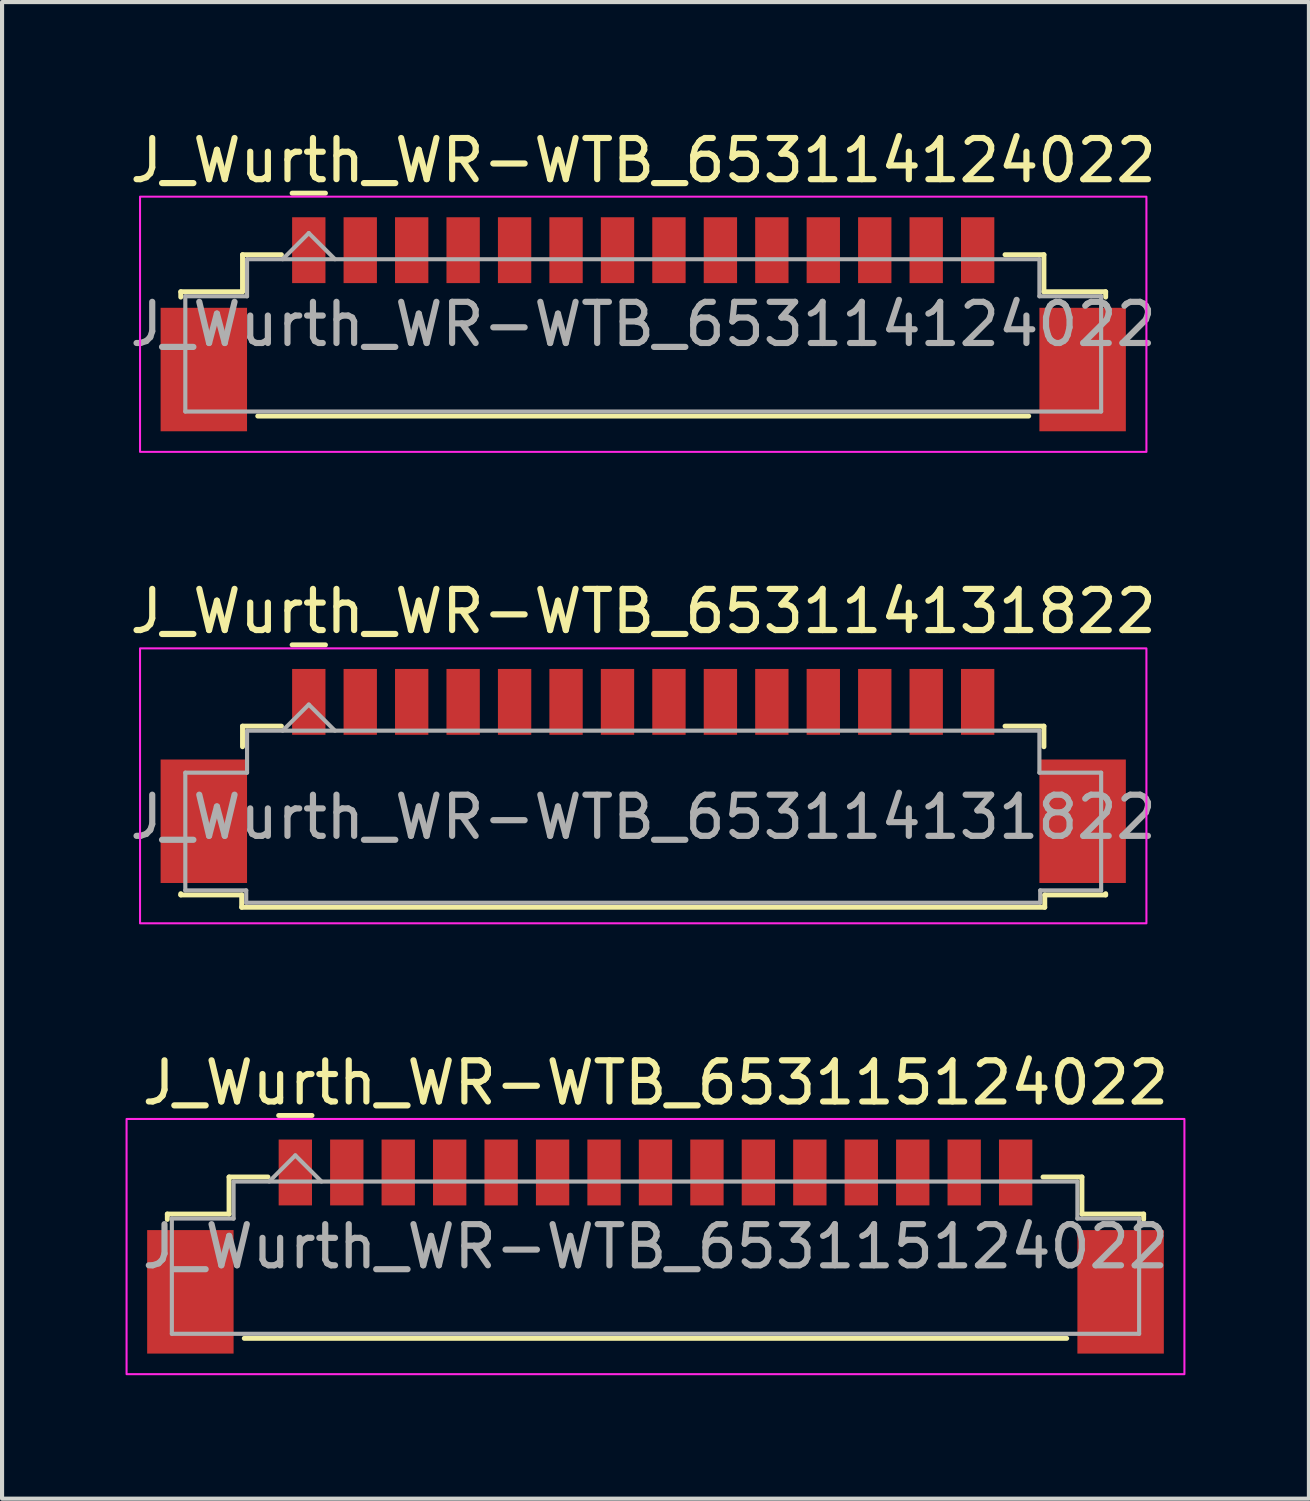
<source format=kicad_pcb>
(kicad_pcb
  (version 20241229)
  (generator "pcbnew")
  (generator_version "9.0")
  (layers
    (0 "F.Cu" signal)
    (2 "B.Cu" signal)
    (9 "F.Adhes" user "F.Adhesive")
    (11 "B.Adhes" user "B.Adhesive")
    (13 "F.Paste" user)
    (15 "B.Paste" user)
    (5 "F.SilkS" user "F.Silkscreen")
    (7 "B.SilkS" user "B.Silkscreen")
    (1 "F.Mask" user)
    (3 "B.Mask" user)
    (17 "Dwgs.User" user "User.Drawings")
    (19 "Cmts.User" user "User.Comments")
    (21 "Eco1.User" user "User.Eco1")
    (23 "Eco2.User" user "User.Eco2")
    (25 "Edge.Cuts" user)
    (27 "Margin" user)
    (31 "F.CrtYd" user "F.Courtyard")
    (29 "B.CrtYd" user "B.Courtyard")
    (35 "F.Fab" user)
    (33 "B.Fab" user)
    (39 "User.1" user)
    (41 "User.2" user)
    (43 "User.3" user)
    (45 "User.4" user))
  (footprint "J_Wurth_WR-WTB_653114131822"
    (layer "F.Cu")
    (at 12.577 16.802)
    (property "Reference" "J_Wurth_WR-WTB_653114131822" (at 0 -5 0) (unlocked yes) (layer "F.SilkS") (effects (font (size 1 1) (thickness 0.15))))
    (attr smd)
    (fp_line (start -11.235 1.86) (end -11.235 1.89) (stroke (width 0.12) (type solid)) (layer "F.SilkS"))
    (fp_line (start -11.235 1.89) (end -9.755 1.89) (stroke (width 0.12) (type default)) (layer "F.SilkS"))
    (fp_line (start -9.755 1.89) (end -9.755 2.19) (stroke (width 0.12) (type default)) (layer "F.SilkS"))
    (fp_line (start -9.755 2.19) (end 9.755 2.19) (stroke (width 0.12) (type default)) (layer "F.SilkS"))
    (fp_line (start -9.735 -2.21) (end -9.735 -1.71) (stroke (width 0.12) (type default)) (layer "F.SilkS"))
    (fp_line (start -8.79 -2.21) (end -9.735 -2.21) (stroke (width 0.12) (type solid)) (layer "F.SilkS"))
    (fp_line (start -8.53 -4.185) (end -7.72 -4.185) (stroke (width 0.12) (type solid)) (layer "F.SilkS"))
    (fp_line (start 8.79 -2.21) (end 9.735 -2.21) (stroke (width 0.12) (type solid)) (layer "F.SilkS"))
    (fp_line (start 9.735 -2.21) (end 9.735 -1.71) (stroke (width 0.12) (type default)) (layer "F.SilkS"))
    (fp_line (start 9.755 1.89) (end 11.235 1.89) (stroke (width 0.12) (type default)) (layer "F.SilkS"))
    (fp_line (start 9.755 2.19) (end 9.755 1.89) (stroke (width 0.12) (type default)) (layer "F.SilkS"))
    (fp_line (start 11.235 1.89) (end 11.235 1.86) (stroke (width 0.12) (type solid)) (layer "F.SilkS"))
    (fp_rect (start -12.225 -4.1) (end 12.225 2.58) (stroke (width 0.05) (type solid)) (fill no) (layer "F.CrtYd"))
    (fp_line (start -11.125 -1.08) (end -9.625 -1.08) (stroke (width 0.1) (type default)) (layer "F.Fab"))
    (fp_line (start -11.125 1.78) (end -11.125 -1.08) (stroke (width 0.1) (type solid)) (layer "F.Fab"))
    (fp_line (start -11.125 1.78) (end -9.645 1.78) (stroke (width 0.1) (type solid)) (layer "F.Fab"))
    (fp_line (start -9.645 1.78) (end -9.645 2.08) (stroke (width 0.1) (type solid)) (layer "F.Fab"))
    (fp_line (start -9.645 2.08) (end 9.645 2.08) (stroke (width 0.1) (type default)) (layer "F.Fab"))
    (fp_line (start -9.625 -2.1) (end -9.625 -1.08) (stroke (width 0.1) (type solid)) (layer "F.Fab"))
    (fp_line (start -9.625 -2.1) (end 9.625 -2.1) (stroke (width 0.1) (type solid)) (layer "F.Fab"))
    (fp_line (start -8.125 -2.735) (end -8.76 -2.1) (stroke (width 0.1) (type default)) (layer "F.Fab"))
    (fp_line (start -7.49 -2.1) (end -8.125 -2.735) (stroke (width 0.1) (type default)) (layer "F.Fab"))
    (fp_line (start 9.625 -2.1) (end 9.625 -1.08) (stroke (width 0.1) (type solid)) (layer "F.Fab"))
    (fp_line (start 9.645 1.78) (end 9.645 2.08) (stroke (width 0.1) (type solid)) (layer "F.Fab"))
    (fp_line (start 11.125 -1.08) (end 9.625 -1.08) (stroke (width 0.1) (type default)) (layer "F.Fab"))
    (fp_line (start 11.125 1.78) (end 9.645 1.78) (stroke (width 0.1) (type solid)) (layer "F.Fab"))
    (fp_line (start 11.125 1.78) (end 11.125 -1.08) (stroke (width 0.1) (type solid)) (layer "F.Fab"))
    (fp_text user "${REFERENCE}" (at 0 0 0) (unlocked yes) (layer "F.Fab") (effects (font (size 1 1) (thickness 0.15))))
    (pad "1" smd rect (at -8.125 -2.8) (size 0.81 1.6) (layers "F.Cu" "F.Mask" "F.Paste"))
    (pad "2" smd rect (at -6.875 -2.8) (size 0.81 1.6) (layers "F.Cu" "F.Mask" "F.Paste"))
    (pad "3" smd rect (at -5.625 -2.8) (size 0.81 1.6) (layers "F.Cu" "F.Mask" "F.Paste"))
    (pad "4" smd rect (at -4.375 -2.8) (size 0.81 1.6) (layers "F.Cu" "F.Mask" "F.Paste"))
    (pad "5" smd rect (at -3.125 -2.8) (size 0.81 1.6) (layers "F.Cu" "F.Mask" "F.Paste"))
    (pad "6" smd rect (at -1.875 -2.8) (size 0.81 1.6) (layers "F.Cu" "F.Mask" "F.Paste"))
    (pad "7" smd rect (at -0.625 -2.8) (size 0.81 1.6) (layers "F.Cu" "F.Mask" "F.Paste"))
    (pad "8" smd rect (at 0.625 -2.8) (size 0.81 1.6) (layers "F.Cu" "F.Mask" "F.Paste"))
    (pad "9" smd rect (at 1.875 -2.8) (size 0.81 1.6) (layers "F.Cu" "F.Mask" "F.Paste"))
    (pad "10" smd rect (at 3.125 -2.8) (size 0.81 1.6) (layers "F.Cu" "F.Mask" "F.Paste"))
    (pad "11" smd rect (at 4.375 -2.8) (size 0.81 1.6) (layers "F.Cu" "F.Mask" "F.Paste"))
    (pad "12" smd rect (at 5.625 -2.8) (size 0.81 1.6) (layers "F.Cu" "F.Mask" "F.Paste"))
    (pad "13" smd rect (at 6.875 -2.8) (size 0.81 1.6) (layers "F.Cu" "F.Mask" "F.Paste"))
    (pad "14" smd rect (at 8.125 -2.8) (size 0.81 1.6) (layers "F.Cu" "F.Mask" "F.Paste"))
    (pad "MP1" smd rect (at -10.675 0.1) (size 2.1 3) (layers "F.Cu" "F.Mask" "F.Paste"))
    (pad "MP2" smd rect (at 10.675 0.1) (size 2.1 3) (layers "F.Cu" "F.Mask" "F.Paste")))
  (footprint "J_Wurth_WR-WTB_653114124022"
    (layer "F.Cu")
    (at 12.577 5.098)
    (property "Reference" "J_Wurth_WR-WTB_653114124022" (at 0 -4.25 0) (unlocked yes) (layer "F.SilkS") (effects (font (size 1 1) (thickness 0.15))))
    (attr smd)
    (fp_line (start -11.235 -1.06) (end -11.235 -0.93) (stroke (width 0.12) (type solid)) (layer "F.SilkS"))
    (fp_line (start -9.735 -1.96) (end -9.735 -1.06) (stroke (width 0.12) (type solid)) (layer "F.SilkS"))
    (fp_line (start -9.735 -1.06) (end -11.235 -1.06) (stroke (width 0.12) (type solid)) (layer "F.SilkS"))
    (fp_line (start -9.365 1.96) (end 9.365 1.96) (stroke (width 0.12) (type solid)) (layer "F.SilkS"))
    (fp_line (start -8.79 -1.96) (end -9.735 -1.96) (stroke (width 0.12) (type solid)) (layer "F.SilkS"))
    (fp_line (start -8.53 -3.455) (end -7.72 -3.455) (stroke (width 0.12) (type solid)) (layer "F.SilkS"))
    (fp_line (start 9.735 -1.96) (end 8.79 -1.96) (stroke (width 0.12) (type solid)) (layer "F.SilkS"))
    (fp_line (start 9.735 -1.06) (end 9.735 -1.96) (stroke (width 0.12) (type solid)) (layer "F.SilkS"))
    (fp_line (start 11.235 -1.06) (end 9.735 -1.06) (stroke (width 0.12) (type solid)) (layer "F.SilkS"))
    (fp_line (start 11.235 -1.06) (end 11.235 -0.93) (stroke (width 0.12) (type solid)) (layer "F.SilkS"))
    (fp_rect (start -12.225 -3.37) (end 12.225 2.83) (stroke (width 0.05) (type solid)) (fill no) (layer "F.CrtYd"))
    (fp_line (start -11.125 -0.95) (end -9.625 -0.95) (stroke (width 0.1) (type solid)) (layer "F.Fab"))
    (fp_line (start -11.125 1.85) (end -11.125 -0.95) (stroke (width 0.1) (type solid)) (layer "F.Fab"))
    (fp_line (start -9.625 -1.85) (end 9.625 -1.85) (stroke (width 0.1) (type solid)) (layer "F.Fab"))
    (fp_line (start -9.625 -0.95) (end -9.625 -1.85) (stroke (width 0.1) (type solid)) (layer "F.Fab"))
    (fp_line (start -8.125 -2.485) (end -8.76 -1.85) (stroke (width 0.1) (type default)) (layer "F.Fab"))
    (fp_line (start -7.49 -1.85) (end -8.125 -2.485) (stroke (width 0.1) (type default)) (layer "F.Fab"))
    (fp_line (start 9.625 -0.95) (end 9.625 -1.85) (stroke (width 0.1) (type solid)) (layer "F.Fab"))
    (fp_line (start 11.125 -0.95) (end 9.625 -0.95) (stroke (width 0.1) (type solid)) (layer "F.Fab"))
    (fp_line (start 11.125 1.85) (end -11.125 1.85) (stroke (width 0.1) (type solid)) (layer "F.Fab"))
    (fp_line (start 11.125 1.85) (end 11.125 -0.95) (stroke (width 0.1) (type solid)) (layer "F.Fab"))
    (fp_text user "${REFERENCE}" (at 0 -0.27 0) (unlocked yes) (layer "F.Fab") (effects (font (size 1 1) (thickness 0.15))))
    (pad "1" smd rect (at -8.125 -2.07) (size 0.81 1.6) (layers "F.Cu" "F.Mask" "F.Paste"))
    (pad "2" smd rect (at -6.875 -2.07) (size 0.81 1.6) (layers "F.Cu" "F.Mask" "F.Paste"))
    (pad "3" smd rect (at -5.625 -2.07) (size 0.81 1.6) (layers "F.Cu" "F.Mask" "F.Paste"))
    (pad "4" smd rect (at -4.375 -2.07) (size 0.81 1.6) (layers "F.Cu" "F.Mask" "F.Paste"))
    (pad "5" smd rect (at -3.125 -2.07) (size 0.81 1.6) (layers "F.Cu" "F.Mask" "F.Paste"))
    (pad "6" smd rect (at -1.875 -2.07) (size 0.81 1.6) (layers "F.Cu" "F.Mask" "F.Paste"))
    (pad "7" smd rect (at -0.625 -2.07) (size 0.81 1.6) (layers "F.Cu" "F.Mask" "F.Paste"))
    (pad "8" smd rect (at 0.625 -2.07) (size 0.81 1.6) (layers "F.Cu" "F.Mask" "F.Paste"))
    (pad "9" smd rect (at 1.875 -2.07) (size 0.81 1.6) (layers "F.Cu" "F.Mask" "F.Paste"))
    (pad "10" smd rect (at 3.125 -2.07) (size 0.81 1.6) (layers "F.Cu" "F.Mask" "F.Paste"))
    (pad "11" smd rect (at 4.375 -2.07) (size 0.81 1.6) (layers "F.Cu" "F.Mask" "F.Paste"))
    (pad "12" smd rect (at 5.625 -2.07) (size 0.81 1.6) (layers "F.Cu" "F.Mask" "F.Paste"))
    (pad "13" smd rect (at 6.875 -2.07) (size 0.81 1.6) (layers "F.Cu" "F.Mask" "F.Paste"))
    (pad "14" smd rect (at 8.125 -2.07) (size 0.81 1.6) (layers "F.Cu" "F.Mask" "F.Paste"))
    (pad "MP1" smd rect (at -10.675 0.83) (size 2.1 3) (layers "F.Cu" "F.Mask" "F.Paste"))
    (pad "MP2" smd rect (at 10.675 0.83) (size 2.1 3) (layers "F.Cu" "F.Mask" "F.Paste")))
  (footprint "J_Wurth_WR-WTB_653115124022"
    (layer "F.Cu")
    (at 12.875 27.505)
    (property "Reference" "J_Wurth_WR-WTB_653115124022" (at 0 -4.25 0) (unlocked yes) (layer "F.SilkS") (effects (font (size 1 1) (thickness 0.15))))
    (attr smd)
    (fp_line (start -11.86 -1.06) (end -11.86 -0.93) (stroke (width 0.12) (type solid)) (layer "F.SilkS"))
    (fp_line (start -10.36 -1.96) (end -10.36 -1.06) (stroke (width 0.12) (type solid)) (layer "F.SilkS"))
    (fp_line (start -10.36 -1.06) (end -11.86 -1.06) (stroke (width 0.12) (type solid)) (layer "F.SilkS"))
    (fp_line (start -9.99 1.96) (end 9.99 1.96) (stroke (width 0.12) (type solid)) (layer "F.SilkS"))
    (fp_line (start -9.415 -1.96) (end -10.36 -1.96) (stroke (width 0.12) (type solid)) (layer "F.SilkS"))
    (fp_line (start -9.155 -3.455) (end -8.345 -3.455) (stroke (width 0.12) (type solid)) (layer "F.SilkS"))
    (fp_line (start 10.36 -1.96) (end 9.415 -1.96) (stroke (width 0.12) (type solid)) (layer "F.SilkS"))
    (fp_line (start 10.36 -1.06) (end 10.36 -1.96) (stroke (width 0.12) (type solid)) (layer "F.SilkS"))
    (fp_line (start 11.86 -1.06) (end 10.36 -1.06) (stroke (width 0.12) (type solid)) (layer "F.SilkS"))
    (fp_line (start 11.86 -1.06) (end 11.86 -0.93) (stroke (width 0.12) (type solid)) (layer "F.SilkS"))
    (fp_rect (start -12.85 -3.37) (end 12.85 2.83) (stroke (width 0.05) (type solid)) (fill no) (layer "F.CrtYd"))
    (fp_line (start -11.75 -0.95) (end -10.25 -0.95) (stroke (width 0.1) (type solid)) (layer "F.Fab"))
    (fp_line (start -11.75 1.85) (end -11.75 -0.95) (stroke (width 0.1) (type solid)) (layer "F.Fab"))
    (fp_line (start -10.25 -1.85) (end 10.25 -1.85) (stroke (width 0.1) (type solid)) (layer "F.Fab"))
    (fp_line (start -10.25 -0.95) (end -10.25 -1.85) (stroke (width 0.1) (type solid)) (layer "F.Fab"))
    (fp_line (start -8.75 -2.485) (end -9.385 -1.85) (stroke (width 0.1) (type default)) (layer "F.Fab"))
    (fp_line (start -8.115 -1.85) (end -8.75 -2.485) (stroke (width 0.1) (type default)) (layer "F.Fab"))
    (fp_line (start 10.25 -0.95) (end 10.25 -1.85) (stroke (width 0.1) (type solid)) (layer "F.Fab"))
    (fp_line (start 11.75 -0.95) (end 10.25 -0.95) (stroke (width 0.1) (type solid)) (layer "F.Fab"))
    (fp_line (start 11.75 1.85) (end -11.75 1.85) (stroke (width 0.1) (type solid)) (layer "F.Fab"))
    (fp_line (start 11.75 1.85) (end 11.75 -0.95) (stroke (width 0.1) (type solid)) (layer "F.Fab"))
    (fp_text user "${REFERENCE}" (at 0 -0.27 0) (unlocked yes) (layer "F.Fab") (effects (font (size 1 1) (thickness 0.15))))
    (pad "1" smd rect (at -8.75 -2.07) (size 0.81 1.6) (layers "F.Cu" "F.Mask" "F.Paste"))
    (pad "2" smd rect (at -7.5 -2.07) (size 0.81 1.6) (layers "F.Cu" "F.Mask" "F.Paste"))
    (pad "3" smd rect (at -6.25 -2.07) (size 0.81 1.6) (layers "F.Cu" "F.Mask" "F.Paste"))
    (pad "4" smd rect (at -5 -2.07) (size 0.81 1.6) (layers "F.Cu" "F.Mask" "F.Paste"))
    (pad "5" smd rect (at -3.75 -2.07) (size 0.81 1.6) (layers "F.Cu" "F.Mask" "F.Paste"))
    (pad "6" smd rect (at -2.5 -2.07) (size 0.81 1.6) (layers "F.Cu" "F.Mask" "F.Paste"))
    (pad "7" smd rect (at -1.25 -2.07) (size 0.81 1.6) (layers "F.Cu" "F.Mask" "F.Paste"))
    (pad "8" smd rect (at 0 -2.07) (size 0.81 1.6) (layers "F.Cu" "F.Mask" "F.Paste"))
    (pad "9" smd rect (at 1.25 -2.07) (size 0.81 1.6) (layers "F.Cu" "F.Mask" "F.Paste"))
    (pad "10" smd rect (at 2.5 -2.07) (size 0.81 1.6) (layers "F.Cu" "F.Mask" "F.Paste"))
    (pad "11" smd rect (at 3.75 -2.07) (size 0.81 1.6) (layers "F.Cu" "F.Mask" "F.Paste"))
    (pad "12" smd rect (at 5 -2.07) (size 0.81 1.6) (layers "F.Cu" "F.Mask" "F.Paste"))
    (pad "13" smd rect (at 6.25 -2.07) (size 0.81 1.6) (layers "F.Cu" "F.Mask" "F.Paste"))
    (pad "14" smd rect (at 7.5 -2.07) (size 0.81 1.6) (layers "F.Cu" "F.Mask" "F.Paste"))
    (pad "15" smd rect (at 8.75 -2.07) (size 0.81 1.6) (layers "F.Cu" "F.Mask" "F.Paste"))
    (pad "MP1" smd rect (at -11.3 0.83) (size 2.1 3) (layers "F.Cu" "F.Mask" "F.Paste"))
    (pad "MP2" smd rect (at 11.3 0.83) (size 2.1 3) (layers "F.Cu" "F.Mask" "F.Paste")))
  (gr_rect
    (start -3 -3)
    (end 28.75 33.36)
    (stroke (width 0.1) (type default))
    (fill no)
    (layer "Edge.Cuts")))
</source>
